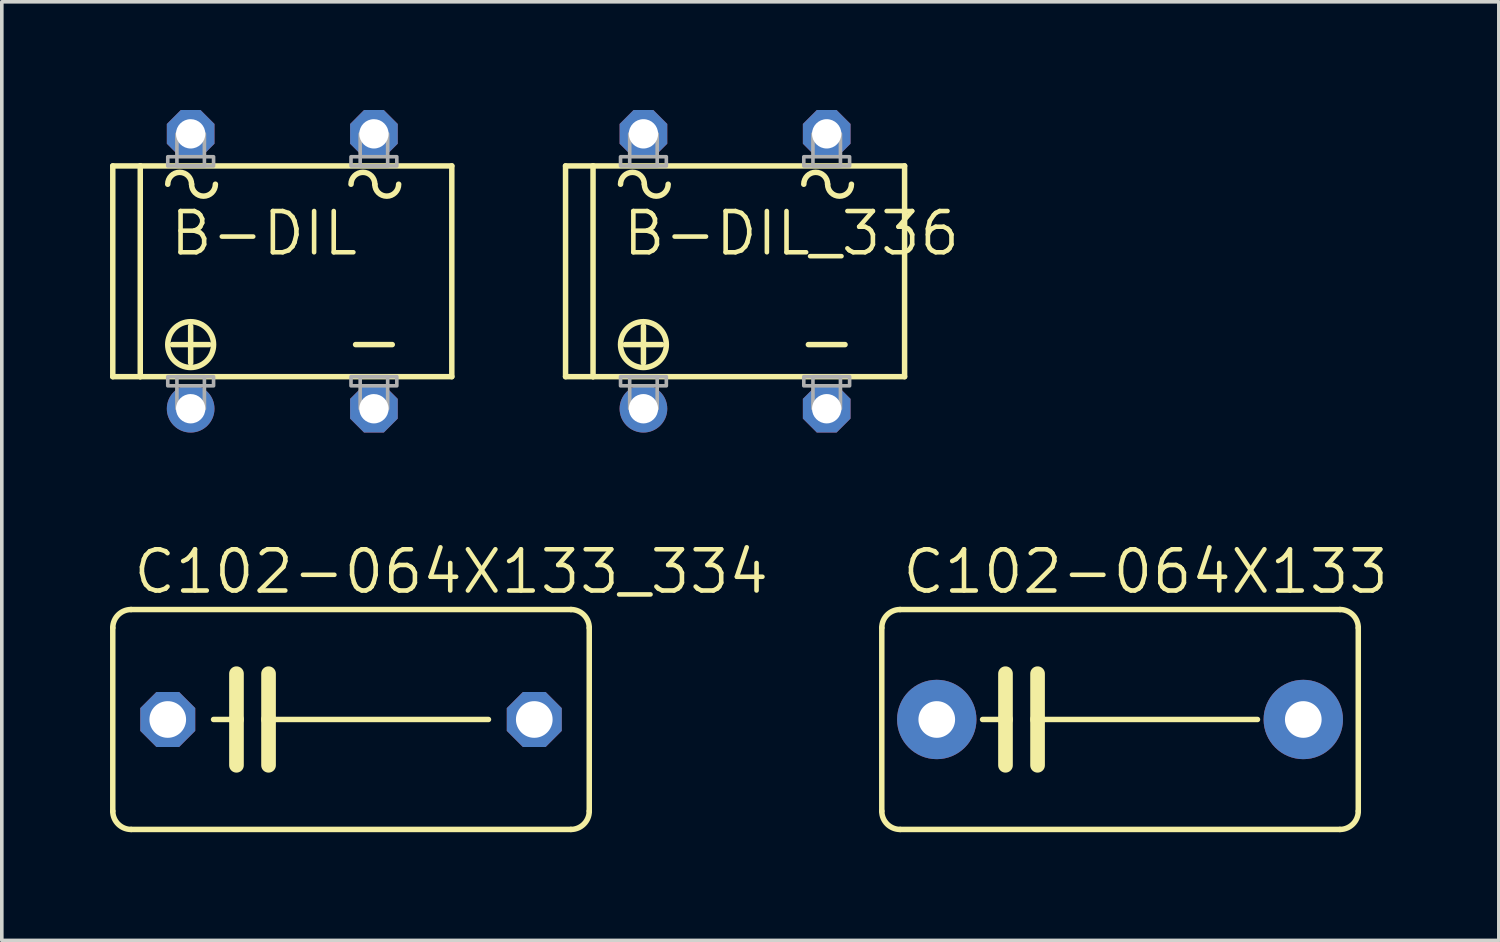
<source format=kicad_pcb>
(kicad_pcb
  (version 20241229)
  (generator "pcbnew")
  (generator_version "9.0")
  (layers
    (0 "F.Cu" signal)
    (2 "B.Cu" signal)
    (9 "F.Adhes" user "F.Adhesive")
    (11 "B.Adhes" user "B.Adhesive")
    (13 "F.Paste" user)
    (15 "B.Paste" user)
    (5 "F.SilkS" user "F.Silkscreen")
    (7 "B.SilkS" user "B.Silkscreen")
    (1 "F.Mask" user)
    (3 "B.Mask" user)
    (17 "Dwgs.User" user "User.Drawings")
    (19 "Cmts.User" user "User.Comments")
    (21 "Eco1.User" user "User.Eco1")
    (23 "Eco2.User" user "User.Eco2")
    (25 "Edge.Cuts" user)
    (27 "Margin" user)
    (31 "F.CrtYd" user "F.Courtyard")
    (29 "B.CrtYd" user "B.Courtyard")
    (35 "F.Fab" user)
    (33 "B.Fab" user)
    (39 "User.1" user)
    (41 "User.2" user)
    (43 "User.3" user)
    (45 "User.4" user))
  (footprint "B-DIL_336"
    (layer "F.Cu")
    (at 17.326 4.47)
    (property "Reference" "B-DIL_336" (at -3.175 -0.381 0) (layer "F.SilkS") (effects (font (size 1.143 1.143) (thickness 0.127)) (justify left bottom)))
    (fp_line (start -4.699 -2.921) (end -4.699 2.921) (stroke (width 0.152) (type solid)) (layer "F.SilkS"))
    (fp_line (start -4.699 2.921) (end -3.937 2.921) (stroke (width 0.152) (type solid)) (layer "F.SilkS"))
    (fp_line (start -3.937 -2.921) (end -4.699 -2.921) (stroke (width 0.152) (type solid)) (layer "F.SilkS"))
    (fp_line (start -3.937 -2.921) (end -3.937 2.921) (stroke (width 0.152) (type solid)) (layer "F.SilkS"))
    (fp_line (start -3.937 2.921) (end 4.699 2.921) (stroke (width 0.152) (type solid)) (layer "F.SilkS"))
    (fp_line (start -3.048 2.032) (end -2.032 2.032) (stroke (width 0.152) (type solid)) (layer "F.SilkS"))
    (fp_line (start -2.54 1.524) (end -2.54 2.54) (stroke (width 0.152) (type solid)) (layer "F.SilkS"))
    (fp_line (start 2.032 2.032) (end 3.048 2.032) (stroke (width 0.152) (type solid)) (layer "F.SilkS"))
    (fp_line (start 4.699 -2.921) (end -3.937 -2.921) (stroke (width 0.152) (type solid)) (layer "F.SilkS"))
    (fp_line (start 4.699 2.921) (end 4.699 -2.921) (stroke (width 0.152) (type solid)) (layer "F.SilkS"))
    (fp_arc (start -3.175 -2.413) (mid -2.8448 -2.7432) (end -2.5146 -2.413) (stroke (width 0.1524) (type solid)) (layer "F.SilkS"))
    (fp_arc (start -1.8542 -2.413) (mid -2.1844 -2.0828) (end -2.5146 -2.413) (stroke (width 0.1524) (type solid)) (layer "F.SilkS"))
    (fp_arc (start 1.905 -2.413) (mid 2.2352 -2.7432) (end 2.5654 -2.413) (stroke (width 0.1524) (type solid)) (layer "F.SilkS"))
    (fp_arc (start 3.2258 -2.413) (mid 2.8956 -2.0828) (end 2.5654 -2.413) (stroke (width 0.1524) (type solid)) (layer "F.SilkS"))
    (fp_circle (center -2.54 2.032) (end -1.905 2.032) (stroke (width 0.152) (type solid)) (fill no) (layer "F.SilkS"))
    (fp_poly (pts (xy -3.175 -2.921) (xy -1.905 -2.921) (xy -1.905 -3.175) (xy -3.175 -3.175)) (stroke (width 0.1) (type default)) (fill no) (layer "F.Fab"))
    (fp_poly (pts (xy -3.175 3.175) (xy -1.905 3.175) (xy -1.905 2.921) (xy -3.175 2.921)) (stroke (width 0.1) (type default)) (fill no) (layer "F.Fab"))
    (fp_poly (pts (xy -2.921 -2.921) (xy -2.159 -2.921) (xy -2.159 -3.81) (xy -2.921 -3.81)) (stroke (width 0.1) (type default)) (fill no) (layer "F.Fab"))
    (fp_poly (pts (xy -2.921 3.81) (xy -2.159 3.81) (xy -2.159 2.921) (xy -2.921 2.921)) (stroke (width 0.1) (type default)) (fill no) (layer "F.Fab"))
    (fp_poly (pts (xy 1.905 -2.921) (xy 3.175 -2.921) (xy 3.175 -3.175) (xy 1.905 -3.175)) (stroke (width 0.1) (type default)) (fill no) (layer "F.Fab"))
    (fp_poly (pts (xy 1.905 3.175) (xy 3.175 3.175) (xy 3.175 2.921) (xy 1.905 2.921)) (stroke (width 0.1) (type default)) (fill no) (layer "F.Fab"))
    (fp_poly (pts (xy 2.159 -2.921) (xy 2.921 -2.921) (xy 2.921 -3.81) (xy 2.159 -3.81)) (stroke (width 0.1) (type default)) (fill no) (layer "F.Fab"))
    (fp_poly (pts (xy 2.159 3.81) (xy 2.921 3.81) (xy 2.921 2.921) (xy 2.159 2.921)) (stroke (width 0.1) (type default)) (fill no) (layer "F.Fab"))
    (pad "+" thru_hole circle (at -2.54 3.81) (size 1.321 1.321) (drill 0.813) (layers "*.Cu" "*.Mask"))
    (pad "-" thru_hole roundrect (at 2.54 3.81) (size 1.321 1.321) (drill 0.813) (layers "*.Cu" "*.Mask") (roundrect_rratio 0.25) (chamfer_ratio 0.293) (chamfer top_left top_right bottom_left bottom_right))
    (pad "AC1" thru_hole roundrect (at 2.54 -3.81) (size 1.321 1.321) (drill 0.813) (layers "*.Cu" "*.Mask") (roundrect_rratio 0.25) (chamfer_ratio 0.293) (chamfer top_left top_right bottom_left bottom_right))
    (pad "AC2" thru_hole roundrect (at -2.54 -3.81) (size 1.321 1.321) (drill 0.813) (layers "*.Cu" "*.Mask") (roundrect_rratio 0.25) (chamfer_ratio 0.293) (chamfer top_left top_right bottom_left bottom_right))
    (zone (net_name "") (layers "F.Cu" "B.Cu") (hatch edge 0.5) (connect_pads) (min_thickness 0.25) (filled_areas_thickness no) (keepout (tracks allowed) (vias not_allowed) (pads allowed) (copperpour allowed) (footprints allowed)) (placement (enabled no)) (fill) (polygon (pts (xy 12.881 7.645) (xy 21.771 7.645) (xy 21.771 1.295) (xy 12.881 1.295)))))
  (footprint "B-DIL"
    (layer "F.Cu")
    (at 4.775 4.47)
    (property "Reference" "B-DIL" (at -3.175 -0.381 0) (layer "F.SilkS") (effects (font (size 1.143 1.143) (thickness 0.127)) (justify left bottom)))
    (fp_line (start -4.699 -2.921) (end -4.699 2.921) (stroke (width 0.152) (type solid)) (layer "F.SilkS"))
    (fp_line (start -4.699 2.921) (end -3.937 2.921) (stroke (width 0.152) (type solid)) (layer "F.SilkS"))
    (fp_line (start -3.937 -2.921) (end -4.699 -2.921) (stroke (width 0.152) (type solid)) (layer "F.SilkS"))
    (fp_line (start -3.937 -2.921) (end -3.937 2.921) (stroke (width 0.152) (type solid)) (layer "F.SilkS"))
    (fp_line (start -3.937 2.921) (end 4.699 2.921) (stroke (width 0.152) (type solid)) (layer "F.SilkS"))
    (fp_line (start -3.048 2.032) (end -2.032 2.032) (stroke (width 0.152) (type solid)) (layer "F.SilkS"))
    (fp_line (start -2.54 1.524) (end -2.54 2.54) (stroke (width 0.152) (type solid)) (layer "F.SilkS"))
    (fp_line (start 2.032 2.032) (end 3.048 2.032) (stroke (width 0.152) (type solid)) (layer "F.SilkS"))
    (fp_line (start 4.699 -2.921) (end -3.937 -2.921) (stroke (width 0.152) (type solid)) (layer "F.SilkS"))
    (fp_line (start 4.699 2.921) (end 4.699 -2.921) (stroke (width 0.152) (type solid)) (layer "F.SilkS"))
    (fp_arc (start -3.175 -2.413) (mid -2.8448 -2.7432) (end -2.5146 -2.413) (stroke (width 0.1524) (type solid)) (layer "F.SilkS"))
    (fp_arc (start -1.8542 -2.413) (mid -2.1844 -2.0828) (end -2.5146 -2.413) (stroke (width 0.1524) (type solid)) (layer "F.SilkS"))
    (fp_arc (start 1.905 -2.413) (mid 2.2352 -2.7432) (end 2.5654 -2.413) (stroke (width 0.1524) (type solid)) (layer "F.SilkS"))
    (fp_arc (start 3.2258 -2.413) (mid 2.8956 -2.0828) (end 2.5654 -2.413) (stroke (width 0.1524) (type solid)) (layer "F.SilkS"))
    (fp_circle (center -2.54 2.032) (end -1.905 2.032) (stroke (width 0.152) (type solid)) (fill no) (layer "F.SilkS"))
    (fp_poly (pts (xy -3.175 -2.921) (xy -1.905 -2.921) (xy -1.905 -3.175) (xy -3.175 -3.175)) (stroke (width 0.1) (type default)) (fill no) (layer "F.Fab"))
    (fp_poly (pts (xy -3.175 3.175) (xy -1.905 3.175) (xy -1.905 2.921) (xy -3.175 2.921)) (stroke (width 0.1) (type default)) (fill no) (layer "F.Fab"))
    (fp_poly (pts (xy -2.921 -2.921) (xy -2.159 -2.921) (xy -2.159 -3.81) (xy -2.921 -3.81)) (stroke (width 0.1) (type default)) (fill no) (layer "F.Fab"))
    (fp_poly (pts (xy -2.921 3.81) (xy -2.159 3.81) (xy -2.159 2.921) (xy -2.921 2.921)) (stroke (width 0.1) (type default)) (fill no) (layer "F.Fab"))
    (fp_poly (pts (xy 1.905 -2.921) (xy 3.175 -2.921) (xy 3.175 -3.175) (xy 1.905 -3.175)) (stroke (width 0.1) (type default)) (fill no) (layer "F.Fab"))
    (fp_poly (pts (xy 1.905 3.175) (xy 3.175 3.175) (xy 3.175 2.921) (xy 1.905 2.921)) (stroke (width 0.1) (type default)) (fill no) (layer "F.Fab"))
    (fp_poly (pts (xy 2.159 -2.921) (xy 2.921 -2.921) (xy 2.921 -3.81) (xy 2.159 -3.81)) (stroke (width 0.1) (type default)) (fill no) (layer "F.Fab"))
    (fp_poly (pts (xy 2.159 3.81) (xy 2.921 3.81) (xy 2.921 2.921) (xy 2.159 2.921)) (stroke (width 0.1) (type default)) (fill no) (layer "F.Fab"))
    (pad "+" thru_hole circle (at -2.54 3.81) (size 1.321 1.321) (drill 0.813) (layers "*.Cu" "*.Mask"))
    (pad "-" thru_hole roundrect (at 2.54 3.81) (size 1.321 1.321) (drill 0.813) (layers "*.Cu" "*.Mask") (roundrect_rratio 0.25) (chamfer_ratio 0.293) (chamfer top_left top_right bottom_left bottom_right))
    (pad "AC1" thru_hole roundrect (at 2.54 -3.81) (size 1.321 1.321) (drill 0.813) (layers "*.Cu" "*.Mask") (roundrect_rratio 0.25) (chamfer_ratio 0.293) (chamfer top_left top_right bottom_left bottom_right))
    (pad "AC2" thru_hole roundrect (at -2.54 -3.81) (size 1.321 1.321) (drill 0.813) (layers "*.Cu" "*.Mask") (roundrect_rratio 0.25) (chamfer_ratio 0.293) (chamfer top_left top_right bottom_left bottom_right))
    (zone (net_name "") (layers "F.Cu" "B.Cu") (hatch edge 0.5) (connect_pads) (min_thickness 0.25) (filled_areas_thickness no) (keepout (tracks allowed) (vias not_allowed) (pads allowed) (copperpour allowed) (footprints allowed)) (placement (enabled no)) (fill) (polygon (pts (xy 0.33 7.645) (xy 9.22 7.645) (xy 9.22 1.295) (xy 0.33 1.295)))))
  (footprint "C102-064X133"
    (layer "F.Cu")
    (at 27.997 16.894)
    (property "Reference" "C102-064X133" (at -6.096 -3.429 0) (layer "F.SilkS") (effects (font (size 1.143 1.143) (thickness 0.127)) (justify left bottom)))
    (fp_line (start -6.604 2.54) (end -6.604 -2.54) (stroke (width 0.152) (type solid)) (layer "F.SilkS"))
    (fp_line (start -6.096 -3.048) (end 6.096 -3.048) (stroke (width 0.152) (type solid)) (layer "F.SilkS"))
    (fp_line (start -3.81 0) (end -3.175 0) (stroke (width 0.152) (type solid)) (layer "F.SilkS"))
    (fp_line (start -3.175 -1.27) (end -3.175 0) (stroke (width 0.406) (type solid)) (layer "F.SilkS"))
    (fp_line (start -3.175 0) (end -3.175 1.27) (stroke (width 0.406) (type solid)) (layer "F.SilkS"))
    (fp_line (start -2.286 -1.27) (end -2.286 0) (stroke (width 0.406) (type solid)) (layer "F.SilkS"))
    (fp_line (start -2.286 0) (end -2.286 1.27) (stroke (width 0.406) (type solid)) (layer "F.SilkS"))
    (fp_line (start 3.81 0) (end -2.286 0) (stroke (width 0.152) (type solid)) (layer "F.SilkS"))
    (fp_line (start 6.096 3.048) (end -6.096 3.048) (stroke (width 0.152) (type solid)) (layer "F.SilkS"))
    (fp_line (start 6.604 -2.54) (end 6.604 2.54) (stroke (width 0.152) (type solid)) (layer "F.SilkS"))
    (fp_arc (start -6.604 -2.54) (mid -6.45521 -2.89921) (end -6.096 -3.048) (stroke (width 0.1524) (type solid)) (layer "F.SilkS"))
    (fp_arc (start -6.096 3.048) (mid -6.45521 2.89921) (end -6.604 2.54) (stroke (width 0.1524) (type solid)) (layer "F.SilkS"))
    (fp_arc (start 6.096 -3.048) (mid 6.45521 -2.89921) (end 6.604 -2.54) (stroke (width 0.1524) (type solid)) (layer "F.SilkS"))
    (fp_arc (start 6.604 2.54) (mid 6.45521 2.89921) (end 6.096 3.048) (stroke (width 0.1524) (type solid)) (layer "F.SilkS"))
    (pad "1" thru_hole circle (at -5.08 0) (size 2.2 2.2) (drill 1.016) (layers "*.Cu" "*.Mask"))
    (pad "2" thru_hole circle (at 5.08 0) (size 2.2 2.2) (drill 1.016) (layers "*.Cu" "*.Mask")))
  (footprint "C102-064X133_334"
    (layer "F.Cu")
    (at 6.68 16.894)
    (property "Reference" "C102-064X133_334" (at -6.096 -3.429 0) (layer "F.SilkS") (effects (font (size 1.143 1.143) (thickness 0.127)) (justify left bottom)))
    (fp_line (start -6.604 2.54) (end -6.604 -2.54) (stroke (width 0.152) (type solid)) (layer "F.SilkS"))
    (fp_line (start -6.096 -3.048) (end 6.096 -3.048) (stroke (width 0.152) (type solid)) (layer "F.SilkS"))
    (fp_line (start -3.81 0) (end -3.175 0) (stroke (width 0.152) (type solid)) (layer "F.SilkS"))
    (fp_line (start -3.175 -1.27) (end -3.175 0) (stroke (width 0.406) (type solid)) (layer "F.SilkS"))
    (fp_line (start -3.175 0) (end -3.175 1.27) (stroke (width 0.406) (type solid)) (layer "F.SilkS"))
    (fp_line (start -2.286 -1.27) (end -2.286 0) (stroke (width 0.406) (type solid)) (layer "F.SilkS"))
    (fp_line (start -2.286 0) (end -2.286 1.27) (stroke (width 0.406) (type solid)) (layer "F.SilkS"))
    (fp_line (start 3.81 0) (end -2.286 0) (stroke (width 0.152) (type solid)) (layer "F.SilkS"))
    (fp_line (start 6.096 3.048) (end -6.096 3.048) (stroke (width 0.152) (type solid)) (layer "F.SilkS"))
    (fp_line (start 6.604 -2.54) (end 6.604 2.54) (stroke (width 0.152) (type solid)) (layer "F.SilkS"))
    (fp_arc (start -6.604 -2.54) (mid -6.45521 -2.89921) (end -6.096 -3.048) (stroke (width 0.1524) (type solid)) (layer "F.SilkS"))
    (fp_arc (start -6.096 3.048) (mid -6.45521 2.89921) (end -6.604 2.54) (stroke (width 0.1524) (type solid)) (layer "F.SilkS"))
    (fp_arc (start 6.096 -3.048) (mid 6.45521 -2.89921) (end 6.604 -2.54) (stroke (width 0.1524) (type solid)) (layer "F.SilkS"))
    (fp_arc (start 6.604 2.54) (mid 6.45521 2.89921) (end 6.096 3.048) (stroke (width 0.1524) (type solid)) (layer "F.SilkS"))
    (pad "1" thru_hole roundrect (at -5.08 0) (size 1.524 1.524) (drill 1.016) (layers "*.Cu" "*.Mask") (roundrect_rratio 0.25) (chamfer_ratio 0.293) (chamfer top_left top_right bottom_left bottom_right))
    (pad "2" thru_hole roundrect (at 5.08 0) (size 1.524 1.524) (drill 1.016) (layers "*.Cu" "*.Mask") (roundrect_rratio 0.25) (chamfer_ratio 0.293) (chamfer top_left top_right bottom_left bottom_right)))
  (gr_rect
    (start -3 -3)
    (end 38.497 23.018)
    (stroke (width 0.1) (type default))
    (fill no)
    (layer "Edge.Cuts")))
</source>
